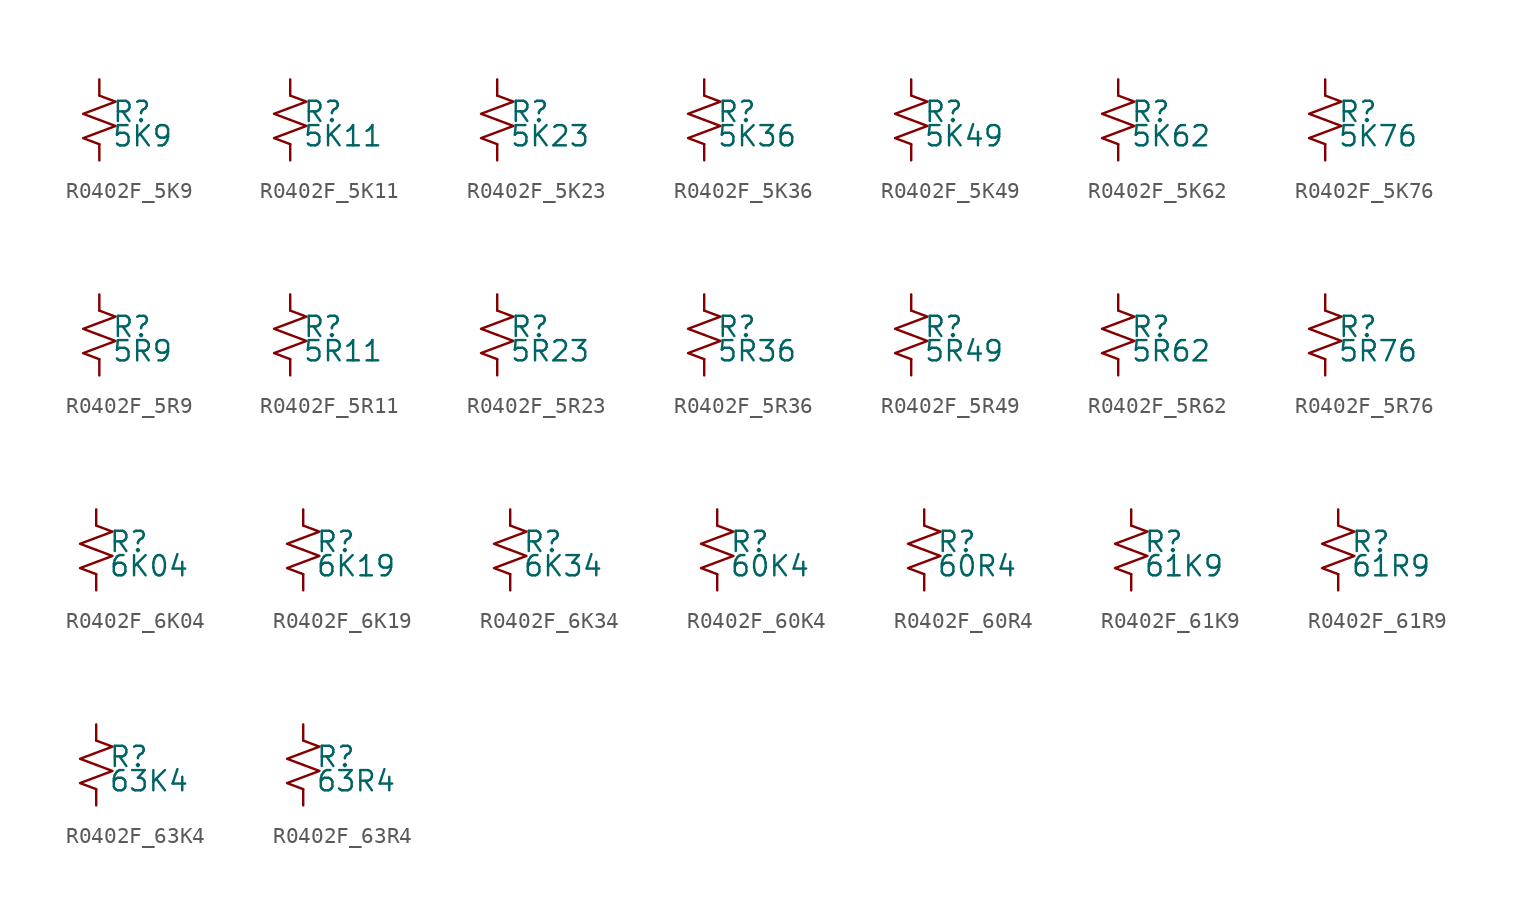
<source format=kicad_sym>
(kicad_symbol_lib
  (version 20220914)
  (generator kicad_symbol_editor)
  (symbol "R0402F_5K9"
    (pin_numbers hide)
    (pin_names
      (offset 0.254) hide)
    (property "Reference" "R"
      (at 0.762 0.508 0)
      (effects (font (size 1.27 1.27)) (justify left)))
    (property "Value" "5K9"
      (at 0.762 -1.016 0)
      (effects (font (size 1.27 1.27)) (justify left)))
    (symbol "R0402F_5K9_1_1"
      (polyline (pts (xy 0 0) (xy 1.016 -0.381) (xy 0 -0.762) (xy -1.016 -1.143) (xy 0 -1.524)) (stroke (width 0) (type default)) (fill (type none)))
      (polyline (pts (xy 0 1.524) (xy 1.016 1.143) (xy 0 0.762) (xy -1.016 0.381) (xy 0 0)) (stroke (width 0) (type default)) (fill (type none)))
      (pin passive line (at 0 2.54 270) (length 1.016) (name "~" (effects (font (size 1.27 1.27)))) (number "1" (effects (font (size 1.27 1.27)))))
      (pin passive line (at 0 -2.54 90) (length 1.016) (name "~" (effects (font (size 1.27 1.27)))) (number "2" (effects (font (size 1.27 1.27)))))))
  (symbol "R0402F_5K11"
    (pin_numbers hide)
    (pin_names
      (offset 0.254) hide)
    (property "Reference" "R"
      (at 0.762 0.508 0)
      (effects (font (size 1.27 1.27)) (justify left)))
    (property "Value" "5K11"
      (at 0.762 -1.016 0)
      (effects (font (size 1.27 1.27)) (justify left)))
    (symbol "R0402F_5K11_1_1"
      (polyline (pts (xy 0 0) (xy 1.016 -0.381) (xy 0 -0.762) (xy -1.016 -1.143) (xy 0 -1.524)) (stroke (width 0) (type default)) (fill (type none)))
      (polyline (pts (xy 0 1.524) (xy 1.016 1.143) (xy 0 0.762) (xy -1.016 0.381) (xy 0 0)) (stroke (width 0) (type default)) (fill (type none)))
      (pin passive line (at 0 2.54 270) (length 1.016) (name "~" (effects (font (size 1.27 1.27)))) (number "1" (effects (font (size 1.27 1.27)))))
      (pin passive line (at 0 -2.54 90) (length 1.016) (name "~" (effects (font (size 1.27 1.27)))) (number "2" (effects (font (size 1.27 1.27)))))))
  (symbol "R0402F_5K23"
    (pin_numbers hide)
    (pin_names
      (offset 0.254) hide)
    (property "Reference" "R"
      (at 0.762 0.508 0)
      (effects (font (size 1.27 1.27)) (justify left)))
    (property "Value" "5K23"
      (at 0.762 -1.016 0)
      (effects (font (size 1.27 1.27)) (justify left)))
    (symbol "R0402F_5K23_1_1"
      (polyline (pts (xy 0 0) (xy 1.016 -0.381) (xy 0 -0.762) (xy -1.016 -1.143) (xy 0 -1.524)) (stroke (width 0) (type default)) (fill (type none)))
      (polyline (pts (xy 0 1.524) (xy 1.016 1.143) (xy 0 0.762) (xy -1.016 0.381) (xy 0 0)) (stroke (width 0) (type default)) (fill (type none)))
      (pin passive line (at 0 2.54 270) (length 1.016) (name "~" (effects (font (size 1.27 1.27)))) (number "1" (effects (font (size 1.27 1.27)))))
      (pin passive line (at 0 -2.54 90) (length 1.016) (name "~" (effects (font (size 1.27 1.27)))) (number "2" (effects (font (size 1.27 1.27)))))))
  (symbol "R0402F_5K36"
    (pin_numbers hide)
    (pin_names
      (offset 0.254) hide)
    (property "Reference" "R"
      (at 0.762 0.508 0)
      (effects (font (size 1.27 1.27)) (justify left)))
    (property "Value" "5K36"
      (at 0.762 -1.016 0)
      (effects (font (size 1.27 1.27)) (justify left)))
    (symbol "R0402F_5K36_1_1"
      (polyline (pts (xy 0 0) (xy 1.016 -0.381) (xy 0 -0.762) (xy -1.016 -1.143) (xy 0 -1.524)) (stroke (width 0) (type default)) (fill (type none)))
      (polyline (pts (xy 0 1.524) (xy 1.016 1.143) (xy 0 0.762) (xy -1.016 0.381) (xy 0 0)) (stroke (width 0) (type default)) (fill (type none)))
      (pin passive line (at 0 2.54 270) (length 1.016) (name "~" (effects (font (size 1.27 1.27)))) (number "1" (effects (font (size 1.27 1.27)))))
      (pin passive line (at 0 -2.54 90) (length 1.016) (name "~" (effects (font (size 1.27 1.27)))) (number "2" (effects (font (size 1.27 1.27)))))))
  (symbol "R0402F_5K49"
    (pin_numbers hide)
    (pin_names
      (offset 0.254) hide)
    (property "Reference" "R"
      (at 0.762 0.508 0)
      (effects (font (size 1.27 1.27)) (justify left)))
    (property "Value" "5K49"
      (at 0.762 -1.016 0)
      (effects (font (size 1.27 1.27)) (justify left)))
    (symbol "R0402F_5K49_1_1"
      (polyline (pts (xy 0 0) (xy 1.016 -0.381) (xy 0 -0.762) (xy -1.016 -1.143) (xy 0 -1.524)) (stroke (width 0) (type default)) (fill (type none)))
      (polyline (pts (xy 0 1.524) (xy 1.016 1.143) (xy 0 0.762) (xy -1.016 0.381) (xy 0 0)) (stroke (width 0) (type default)) (fill (type none)))
      (pin passive line (at 0 2.54 270) (length 1.016) (name "~" (effects (font (size 1.27 1.27)))) (number "1" (effects (font (size 1.27 1.27)))))
      (pin passive line (at 0 -2.54 90) (length 1.016) (name "~" (effects (font (size 1.27 1.27)))) (number "2" (effects (font (size 1.27 1.27)))))))
  (symbol "R0402F_5K62"
    (pin_numbers hide)
    (pin_names
      (offset 0.254) hide)
    (property "Reference" "R"
      (at 0.762 0.508 0)
      (effects (font (size 1.27 1.27)) (justify left)))
    (property "Value" "5K62"
      (at 0.762 -1.016 0)
      (effects (font (size 1.27 1.27)) (justify left)))
    (symbol "R0402F_5K62_1_1"
      (polyline (pts (xy 0 0) (xy 1.016 -0.381) (xy 0 -0.762) (xy -1.016 -1.143) (xy 0 -1.524)) (stroke (width 0) (type default)) (fill (type none)))
      (polyline (pts (xy 0 1.524) (xy 1.016 1.143) (xy 0 0.762) (xy -1.016 0.381) (xy 0 0)) (stroke (width 0) (type default)) (fill (type none)))
      (pin passive line (at 0 2.54 270) (length 1.016) (name "~" (effects (font (size 1.27 1.27)))) (number "1" (effects (font (size 1.27 1.27)))))
      (pin passive line (at 0 -2.54 90) (length 1.016) (name "~" (effects (font (size 1.27 1.27)))) (number "2" (effects (font (size 1.27 1.27)))))))
  (symbol "R0402F_5K76"
    (pin_numbers hide)
    (pin_names
      (offset 0.254) hide)
    (property "Reference" "R"
      (at 0.762 0.508 0)
      (effects (font (size 1.27 1.27)) (justify left)))
    (property "Value" "5K76"
      (at 0.762 -1.016 0)
      (effects (font (size 1.27 1.27)) (justify left)))
    (symbol "R0402F_5K76_1_1"
      (polyline (pts (xy 0 0) (xy 1.016 -0.381) (xy 0 -0.762) (xy -1.016 -1.143) (xy 0 -1.524)) (stroke (width 0) (type default)) (fill (type none)))
      (polyline (pts (xy 0 1.524) (xy 1.016 1.143) (xy 0 0.762) (xy -1.016 0.381) (xy 0 0)) (stroke (width 0) (type default)) (fill (type none)))
      (pin passive line (at 0 2.54 270) (length 1.016) (name "~" (effects (font (size 1.27 1.27)))) (number "1" (effects (font (size 1.27 1.27)))))
      (pin passive line (at 0 -2.54 90) (length 1.016) (name "~" (effects (font (size 1.27 1.27)))) (number "2" (effects (font (size 1.27 1.27)))))))
  (symbol "R0402F_5R9"
    (pin_numbers hide)
    (pin_names
      (offset 0.254) hide)
    (property "Reference" "R"
      (at 0.762 0.508 0)
      (effects (font (size 1.27 1.27)) (justify left)))
    (property "Value" "5R9"
      (at 0.762 -1.016 0)
      (effects (font (size 1.27 1.27)) (justify left)))
    (symbol "R0402F_5R9_1_1"
      (polyline (pts (xy 0 0) (xy 1.016 -0.381) (xy 0 -0.762) (xy -1.016 -1.143) (xy 0 -1.524)) (stroke (width 0) (type default)) (fill (type none)))
      (polyline (pts (xy 0 1.524) (xy 1.016 1.143) (xy 0 0.762) (xy -1.016 0.381) (xy 0 0)) (stroke (width 0) (type default)) (fill (type none)))
      (pin passive line (at 0 2.54 270) (length 1.016) (name "~" (effects (font (size 1.27 1.27)))) (number "1" (effects (font (size 1.27 1.27)))))
      (pin passive line (at 0 -2.54 90) (length 1.016) (name "~" (effects (font (size 1.27 1.27)))) (number "2" (effects (font (size 1.27 1.27)))))))
  (symbol "R0402F_5R11"
    (pin_numbers hide)
    (pin_names
      (offset 0.254) hide)
    (property "Reference" "R"
      (at 0.762 0.508 0)
      (effects (font (size 1.27 1.27)) (justify left)))
    (property "Value" "5R11"
      (at 0.762 -1.016 0)
      (effects (font (size 1.27 1.27)) (justify left)))
    (symbol "R0402F_5R11_1_1"
      (polyline (pts (xy 0 0) (xy 1.016 -0.381) (xy 0 -0.762) (xy -1.016 -1.143) (xy 0 -1.524)) (stroke (width 0) (type default)) (fill (type none)))
      (polyline (pts (xy 0 1.524) (xy 1.016 1.143) (xy 0 0.762) (xy -1.016 0.381) (xy 0 0)) (stroke (width 0) (type default)) (fill (type none)))
      (pin passive line (at 0 2.54 270) (length 1.016) (name "~" (effects (font (size 1.27 1.27)))) (number "1" (effects (font (size 1.27 1.27)))))
      (pin passive line (at 0 -2.54 90) (length 1.016) (name "~" (effects (font (size 1.27 1.27)))) (number "2" (effects (font (size 1.27 1.27)))))))
  (symbol "R0402F_5R23"
    (pin_numbers hide)
    (pin_names
      (offset 0.254) hide)
    (property "Reference" "R"
      (at 0.762 0.508 0)
      (effects (font (size 1.27 1.27)) (justify left)))
    (property "Value" "5R23"
      (at 0.762 -1.016 0)
      (effects (font (size 1.27 1.27)) (justify left)))
    (symbol "R0402F_5R23_1_1"
      (polyline (pts (xy 0 0) (xy 1.016 -0.381) (xy 0 -0.762) (xy -1.016 -1.143) (xy 0 -1.524)) (stroke (width 0) (type default)) (fill (type none)))
      (polyline (pts (xy 0 1.524) (xy 1.016 1.143) (xy 0 0.762) (xy -1.016 0.381) (xy 0 0)) (stroke (width 0) (type default)) (fill (type none)))
      (pin passive line (at 0 2.54 270) (length 1.016) (name "~" (effects (font (size 1.27 1.27)))) (number "1" (effects (font (size 1.27 1.27)))))
      (pin passive line (at 0 -2.54 90) (length 1.016) (name "~" (effects (font (size 1.27 1.27)))) (number "2" (effects (font (size 1.27 1.27)))))))
  (symbol "R0402F_5R36"
    (pin_numbers hide)
    (pin_names
      (offset 0.254) hide)
    (property "Reference" "R"
      (at 0.762 0.508 0)
      (effects (font (size 1.27 1.27)) (justify left)))
    (property "Value" "5R36"
      (at 0.762 -1.016 0)
      (effects (font (size 1.27 1.27)) (justify left)))
    (symbol "R0402F_5R36_1_1"
      (polyline (pts (xy 0 0) (xy 1.016 -0.381) (xy 0 -0.762) (xy -1.016 -1.143) (xy 0 -1.524)) (stroke (width 0) (type default)) (fill (type none)))
      (polyline (pts (xy 0 1.524) (xy 1.016 1.143) (xy 0 0.762) (xy -1.016 0.381) (xy 0 0)) (stroke (width 0) (type default)) (fill (type none)))
      (pin passive line (at 0 2.54 270) (length 1.016) (name "~" (effects (font (size 1.27 1.27)))) (number "1" (effects (font (size 1.27 1.27)))))
      (pin passive line (at 0 -2.54 90) (length 1.016) (name "~" (effects (font (size 1.27 1.27)))) (number "2" (effects (font (size 1.27 1.27)))))))
  (symbol "R0402F_5R49"
    (pin_numbers hide)
    (pin_names
      (offset 0.254) hide)
    (property "Reference" "R"
      (at 0.762 0.508 0)
      (effects (font (size 1.27 1.27)) (justify left)))
    (property "Value" "5R49"
      (at 0.762 -1.016 0)
      (effects (font (size 1.27 1.27)) (justify left)))
    (symbol "R0402F_5R49_1_1"
      (polyline (pts (xy 0 0) (xy 1.016 -0.381) (xy 0 -0.762) (xy -1.016 -1.143) (xy 0 -1.524)) (stroke (width 0) (type default)) (fill (type none)))
      (polyline (pts (xy 0 1.524) (xy 1.016 1.143) (xy 0 0.762) (xy -1.016 0.381) (xy 0 0)) (stroke (width 0) (type default)) (fill (type none)))
      (pin passive line (at 0 2.54 270) (length 1.016) (name "~" (effects (font (size 1.27 1.27)))) (number "1" (effects (font (size 1.27 1.27)))))
      (pin passive line (at 0 -2.54 90) (length 1.016) (name "~" (effects (font (size 1.27 1.27)))) (number "2" (effects (font (size 1.27 1.27)))))))
  (symbol "R0402F_5R62"
    (pin_numbers hide)
    (pin_names
      (offset 0.254) hide)
    (property "Reference" "R"
      (at 0.762 0.508 0)
      (effects (font (size 1.27 1.27)) (justify left)))
    (property "Value" "5R62"
      (at 0.762 -1.016 0)
      (effects (font (size 1.27 1.27)) (justify left)))
    (symbol "R0402F_5R62_1_1"
      (polyline (pts (xy 0 0) (xy 1.016 -0.381) (xy 0 -0.762) (xy -1.016 -1.143) (xy 0 -1.524)) (stroke (width 0) (type default)) (fill (type none)))
      (polyline (pts (xy 0 1.524) (xy 1.016 1.143) (xy 0 0.762) (xy -1.016 0.381) (xy 0 0)) (stroke (width 0) (type default)) (fill (type none)))
      (pin passive line (at 0 2.54 270) (length 1.016) (name "~" (effects (font (size 1.27 1.27)))) (number "1" (effects (font (size 1.27 1.27)))))
      (pin passive line (at 0 -2.54 90) (length 1.016) (name "~" (effects (font (size 1.27 1.27)))) (number "2" (effects (font (size 1.27 1.27)))))))
  (symbol "R0402F_5R76"
    (pin_numbers hide)
    (pin_names
      (offset 0.254) hide)
    (property "Reference" "R"
      (at 0.762 0.508 0)
      (effects (font (size 1.27 1.27)) (justify left)))
    (property "Value" "5R76"
      (at 0.762 -1.016 0)
      (effects (font (size 1.27 1.27)) (justify left)))
    (symbol "R0402F_5R76_1_1"
      (polyline (pts (xy 0 0) (xy 1.016 -0.381) (xy 0 -0.762) (xy -1.016 -1.143) (xy 0 -1.524)) (stroke (width 0) (type default)) (fill (type none)))
      (polyline (pts (xy 0 1.524) (xy 1.016 1.143) (xy 0 0.762) (xy -1.016 0.381) (xy 0 0)) (stroke (width 0) (type default)) (fill (type none)))
      (pin passive line (at 0 2.54 270) (length 1.016) (name "~" (effects (font (size 1.27 1.27)))) (number "1" (effects (font (size 1.27 1.27)))))
      (pin passive line (at 0 -2.54 90) (length 1.016) (name "~" (effects (font (size 1.27 1.27)))) (number "2" (effects (font (size 1.27 1.27)))))))
  (symbol "R0402F_6K04"
    (pin_numbers hide)
    (pin_names
      (offset 0.254) hide)
    (property "Reference" "R"
      (at 0.762 0.508 0)
      (effects (font (size 1.27 1.27)) (justify left)))
    (property "Value" "6K04"
      (at 0.762 -1.016 0)
      (effects (font (size 1.27 1.27)) (justify left)))
    (symbol "R0402F_6K04_1_1"
      (polyline (pts (xy 0 0) (xy 1.016 -0.381) (xy 0 -0.762) (xy -1.016 -1.143) (xy 0 -1.524)) (stroke (width 0) (type default)) (fill (type none)))
      (polyline (pts (xy 0 1.524) (xy 1.016 1.143) (xy 0 0.762) (xy -1.016 0.381) (xy 0 0)) (stroke (width 0) (type default)) (fill (type none)))
      (pin passive line (at 0 2.54 270) (length 1.016) (name "~" (effects (font (size 1.27 1.27)))) (number "1" (effects (font (size 1.27 1.27)))))
      (pin passive line (at 0 -2.54 90) (length 1.016) (name "~" (effects (font (size 1.27 1.27)))) (number "2" (effects (font (size 1.27 1.27)))))))
  (symbol "R0402F_6K19"
    (pin_numbers hide)
    (pin_names
      (offset 0.254) hide)
    (property "Reference" "R"
      (at 0.762 0.508 0)
      (effects (font (size 1.27 1.27)) (justify left)))
    (property "Value" "6K19"
      (at 0.762 -1.016 0)
      (effects (font (size 1.27 1.27)) (justify left)))
    (symbol "R0402F_6K19_1_1"
      (polyline (pts (xy 0 0) (xy 1.016 -0.381) (xy 0 -0.762) (xy -1.016 -1.143) (xy 0 -1.524)) (stroke (width 0) (type default)) (fill (type none)))
      (polyline (pts (xy 0 1.524) (xy 1.016 1.143) (xy 0 0.762) (xy -1.016 0.381) (xy 0 0)) (stroke (width 0) (type default)) (fill (type none)))
      (pin passive line (at 0 2.54 270) (length 1.016) (name "~" (effects (font (size 1.27 1.27)))) (number "1" (effects (font (size 1.27 1.27)))))
      (pin passive line (at 0 -2.54 90) (length 1.016) (name "~" (effects (font (size 1.27 1.27)))) (number "2" (effects (font (size 1.27 1.27)))))))
  (symbol "R0402F_6K34"
    (pin_numbers hide)
    (pin_names
      (offset 0.254) hide)
    (property "Reference" "R"
      (at 0.762 0.508 0)
      (effects (font (size 1.27 1.27)) (justify left)))
    (property "Value" "6K34"
      (at 0.762 -1.016 0)
      (effects (font (size 1.27 1.27)) (justify left)))
    (symbol "R0402F_6K34_1_1"
      (polyline (pts (xy 0 0) (xy 1.016 -0.381) (xy 0 -0.762) (xy -1.016 -1.143) (xy 0 -1.524)) (stroke (width 0) (type default)) (fill (type none)))
      (polyline (pts (xy 0 1.524) (xy 1.016 1.143) (xy 0 0.762) (xy -1.016 0.381) (xy 0 0)) (stroke (width 0) (type default)) (fill (type none)))
      (pin passive line (at 0 2.54 270) (length 1.016) (name "~" (effects (font (size 1.27 1.27)))) (number "1" (effects (font (size 1.27 1.27)))))
      (pin passive line (at 0 -2.54 90) (length 1.016) (name "~" (effects (font (size 1.27 1.27)))) (number "2" (effects (font (size 1.27 1.27)))))))
  (symbol "R0402F_60K4"
    (pin_numbers hide)
    (pin_names
      (offset 0.254) hide)
    (property "Reference" "R"
      (at 0.762 0.508 0)
      (effects (font (size 1.27 1.27)) (justify left)))
    (property "Value" "60K4"
      (at 0.762 -1.016 0)
      (effects (font (size 1.27 1.27)) (justify left)))
    (symbol "R0402F_60K4_1_1"
      (polyline (pts (xy 0 0) (xy 1.016 -0.381) (xy 0 -0.762) (xy -1.016 -1.143) (xy 0 -1.524)) (stroke (width 0) (type default)) (fill (type none)))
      (polyline (pts (xy 0 1.524) (xy 1.016 1.143) (xy 0 0.762) (xy -1.016 0.381) (xy 0 0)) (stroke (width 0) (type default)) (fill (type none)))
      (pin passive line (at 0 2.54 270) (length 1.016) (name "~" (effects (font (size 1.27 1.27)))) (number "1" (effects (font (size 1.27 1.27)))))
      (pin passive line (at 0 -2.54 90) (length 1.016) (name "~" (effects (font (size 1.27 1.27)))) (number "2" (effects (font (size 1.27 1.27)))))))
  (symbol "R0402F_60R4"
    (pin_numbers hide)
    (pin_names
      (offset 0.254) hide)
    (property "Reference" "R"
      (at 0.762 0.508 0)
      (effects (font (size 1.27 1.27)) (justify left)))
    (property "Value" "60R4"
      (at 0.762 -1.016 0)
      (effects (font (size 1.27 1.27)) (justify left)))
    (symbol "R0402F_60R4_1_1"
      (polyline (pts (xy 0 0) (xy 1.016 -0.381) (xy 0 -0.762) (xy -1.016 -1.143) (xy 0 -1.524)) (stroke (width 0) (type default)) (fill (type none)))
      (polyline (pts (xy 0 1.524) (xy 1.016 1.143) (xy 0 0.762) (xy -1.016 0.381) (xy 0 0)) (stroke (width 0) (type default)) (fill (type none)))
      (pin passive line (at 0 2.54 270) (length 1.016) (name "~" (effects (font (size 1.27 1.27)))) (number "1" (effects (font (size 1.27 1.27)))))
      (pin passive line (at 0 -2.54 90) (length 1.016) (name "~" (effects (font (size 1.27 1.27)))) (number "2" (effects (font (size 1.27 1.27)))))))
  (symbol "R0402F_61K9"
    (pin_numbers hide)
    (pin_names
      (offset 0.254) hide)
    (property "Reference" "R"
      (at 0.762 0.508 0)
      (effects (font (size 1.27 1.27)) (justify left)))
    (property "Value" "61K9"
      (at 0.762 -1.016 0)
      (effects (font (size 1.27 1.27)) (justify left)))
    (symbol "R0402F_61K9_1_1"
      (polyline (pts (xy 0 0) (xy 1.016 -0.381) (xy 0 -0.762) (xy -1.016 -1.143) (xy 0 -1.524)) (stroke (width 0) (type default)) (fill (type none)))
      (polyline (pts (xy 0 1.524) (xy 1.016 1.143) (xy 0 0.762) (xy -1.016 0.381) (xy 0 0)) (stroke (width 0) (type default)) (fill (type none)))
      (pin passive line (at 0 2.54 270) (length 1.016) (name "~" (effects (font (size 1.27 1.27)))) (number "1" (effects (font (size 1.27 1.27)))))
      (pin passive line (at 0 -2.54 90) (length 1.016) (name "~" (effects (font (size 1.27 1.27)))) (number "2" (effects (font (size 1.27 1.27)))))))
  (symbol "R0402F_61R9"
    (pin_numbers hide)
    (pin_names
      (offset 0.254) hide)
    (property "Reference" "R"
      (at 0.762 0.508 0)
      (effects (font (size 1.27 1.27)) (justify left)))
    (property "Value" "61R9"
      (at 0.762 -1.016 0)
      (effects (font (size 1.27 1.27)) (justify left)))
    (symbol "R0402F_61R9_1_1"
      (polyline (pts (xy 0 0) (xy 1.016 -0.381) (xy 0 -0.762) (xy -1.016 -1.143) (xy 0 -1.524)) (stroke (width 0) (type default)) (fill (type none)))
      (polyline (pts (xy 0 1.524) (xy 1.016 1.143) (xy 0 0.762) (xy -1.016 0.381) (xy 0 0)) (stroke (width 0) (type default)) (fill (type none)))
      (pin passive line (at 0 2.54 270) (length 1.016) (name "~" (effects (font (size 1.27 1.27)))) (number "1" (effects (font (size 1.27 1.27)))))
      (pin passive line (at 0 -2.54 90) (length 1.016) (name "~" (effects (font (size 1.27 1.27)))) (number "2" (effects (font (size 1.27 1.27)))))))
  (symbol "R0402F_63K4"
    (pin_numbers hide)
    (pin_names
      (offset 0.254) hide)
    (property "Reference" "R"
      (at 0.762 0.508 0)
      (effects (font (size 1.27 1.27)) (justify left)))
    (property "Value" "63K4"
      (at 0.762 -1.016 0)
      (effects (font (size 1.27 1.27)) (justify left)))
    (symbol "R0402F_63K4_1_1"
      (polyline (pts (xy 0 0) (xy 1.016 -0.381) (xy 0 -0.762) (xy -1.016 -1.143) (xy 0 -1.524)) (stroke (width 0) (type default)) (fill (type none)))
      (polyline (pts (xy 0 1.524) (xy 1.016 1.143) (xy 0 0.762) (xy -1.016 0.381) (xy 0 0)) (stroke (width 0) (type default)) (fill (type none)))
      (pin passive line (at 0 2.54 270) (length 1.016) (name "~" (effects (font (size 1.27 1.27)))) (number "1" (effects (font (size 1.27 1.27)))))
      (pin passive line (at 0 -2.54 90) (length 1.016) (name "~" (effects (font (size 1.27 1.27)))) (number "2" (effects (font (size 1.27 1.27)))))))
  (symbol "R0402F_63R4"
    (pin_numbers hide)
    (pin_names
      (offset 0.254) hide)
    (property "Reference" "R"
      (at 0.762 0.508 0)
      (effects (font (size 1.27 1.27)) (justify left)))
    (property "Value" "63R4"
      (at 0.762 -1.016 0)
      (effects (font (size 1.27 1.27)) (justify left)))
    (symbol "R0402F_63R4_1_1"
      (polyline (pts (xy 0 0) (xy 1.016 -0.381) (xy 0 -0.762) (xy -1.016 -1.143) (xy 0 -1.524)) (stroke (width 0) (type default)) (fill (type none)))
      (polyline (pts (xy 0 1.524) (xy 1.016 1.143) (xy 0 0.762) (xy -1.016 0.381) (xy 0 0)) (stroke (width 0) (type default)) (fill (type none)))
      (pin passive line (at 0 2.54 270) (length 1.016) (name "~" (effects (font (size 1.27 1.27)))) (number "1" (effects (font (size 1.27 1.27)))))
      (pin passive line (at 0 -2.54 90) (length 1.016) (name "~" (effects (font (size 1.27 1.27)))) (number "2" (effects (font (size 1.27 1.27))))))))
</source>
